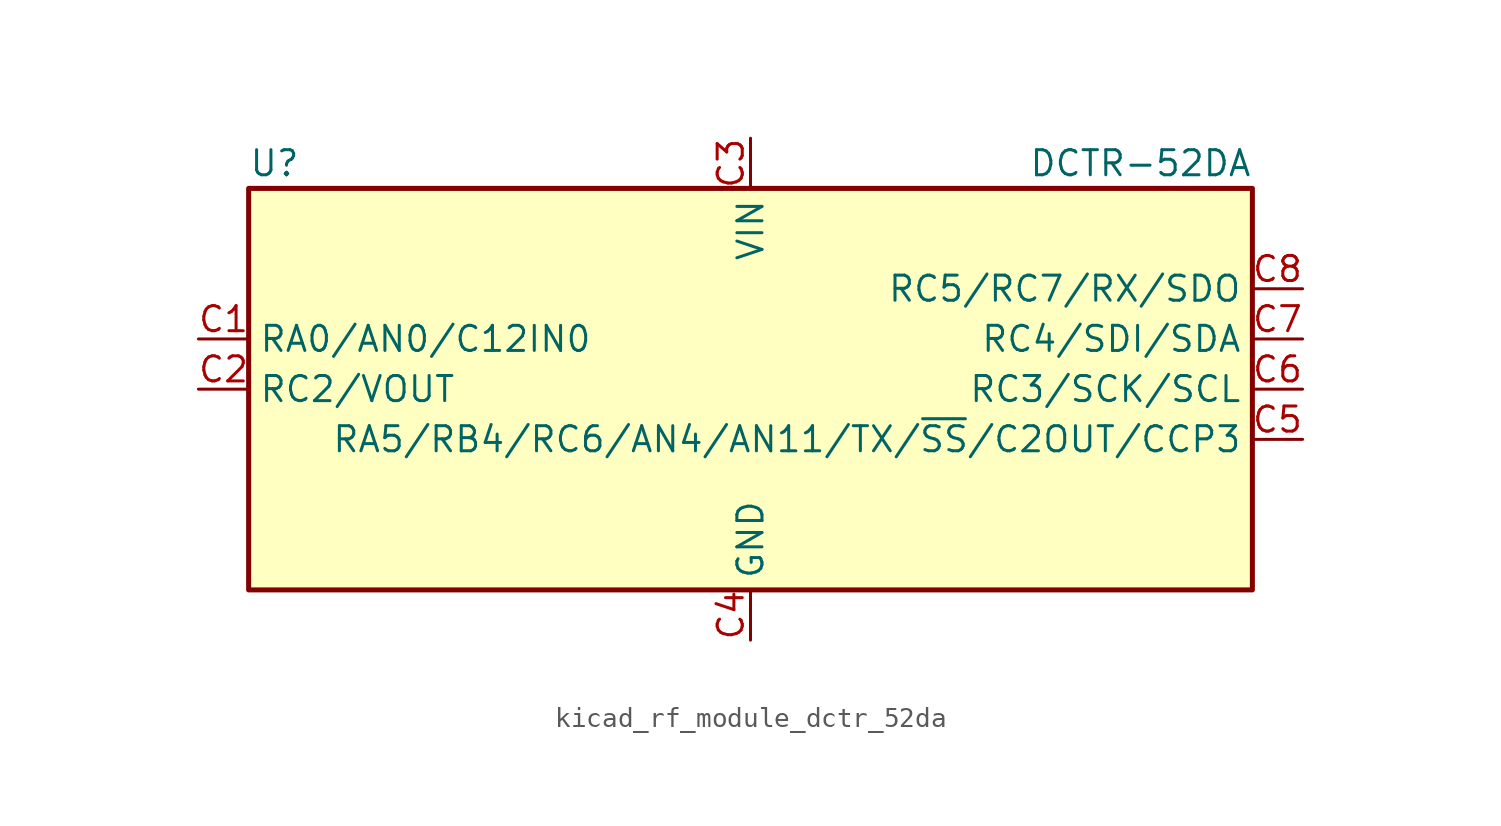
<source format=kicad_sym>
(kicad_symbol_lib
  (version 20220914)
  (generator kicad_symbol_editor)
  (symbol "kicad_rf_module_dctr_52da"
    (property "Reference" "U"
      (at -25.4 11.43 0)
      (effects (font (size 1.27 1.27)) (justify left)))
    (property "Value" "DCTR-52DA"
      (at 25.4 11.43 0)
      (effects (font (size 1.27 1.27)) (justify right)))
    (symbol "kicad_rf_module_dctr_52da_0_1"
      (rectangle (start -25.4 10.16) (end 25.4 -10.16) (stroke (width 0.254) (type default)) (fill (type background))))
    (symbol "kicad_rf_module_dctr_52da_1_1"
      (pin bidirectional line (at -27.94 2.54 0) (length 2.54) (name "RA0/AN0/C12IN0" (effects (font (size 1.27 1.27)))) (number "C1" (effects (font (size 1.27 1.27)))))
      (pin bidirectional line (at -27.94 0 0) (length 2.54) (name "RC2/VOUT" (effects (font (size 1.27 1.27)))) (number "C2" (effects (font (size 1.27 1.27)))))
      (pin power_in line (at 0 12.7 270) (length 2.54) (name "VIN" (effects (font (size 1.27 1.27)))) (number "C3" (effects (font (size 1.27 1.27)))))
      (pin power_in line (at 0 -12.7 90) (length 2.54) (name "GND" (effects (font (size 1.27 1.27)))) (number "C4" (effects (font (size 1.27 1.27)))))
      (pin bidirectional line (at 27.94 -2.54 180) (length 2.54) (name "RA5/RB4/RC6/AN4/AN11/TX/~{SS}/C2OUT/CCP3" (effects (font (size 1.27 1.27)))) (number "C5" (effects (font (size 1.27 1.27)))))
      (pin bidirectional line (at 27.94 0 180) (length 2.54) (name "RC3/SCK/SCL" (effects (font (size 1.27 1.27)))) (number "C6" (effects (font (size 1.27 1.27)))))
      (pin bidirectional line (at 27.94 2.54 180) (length 2.54) (name "RC4/SDI/SDA" (effects (font (size 1.27 1.27)))) (number "C7" (effects (font (size 1.27 1.27)))))
      (pin bidirectional line (at 27.94 5.08 180) (length 2.54) (name "RC5/RC7/RX/SDO" (effects (font (size 1.27 1.27)))) (number "C8" (effects (font (size 1.27 1.27))))))))
</source>
